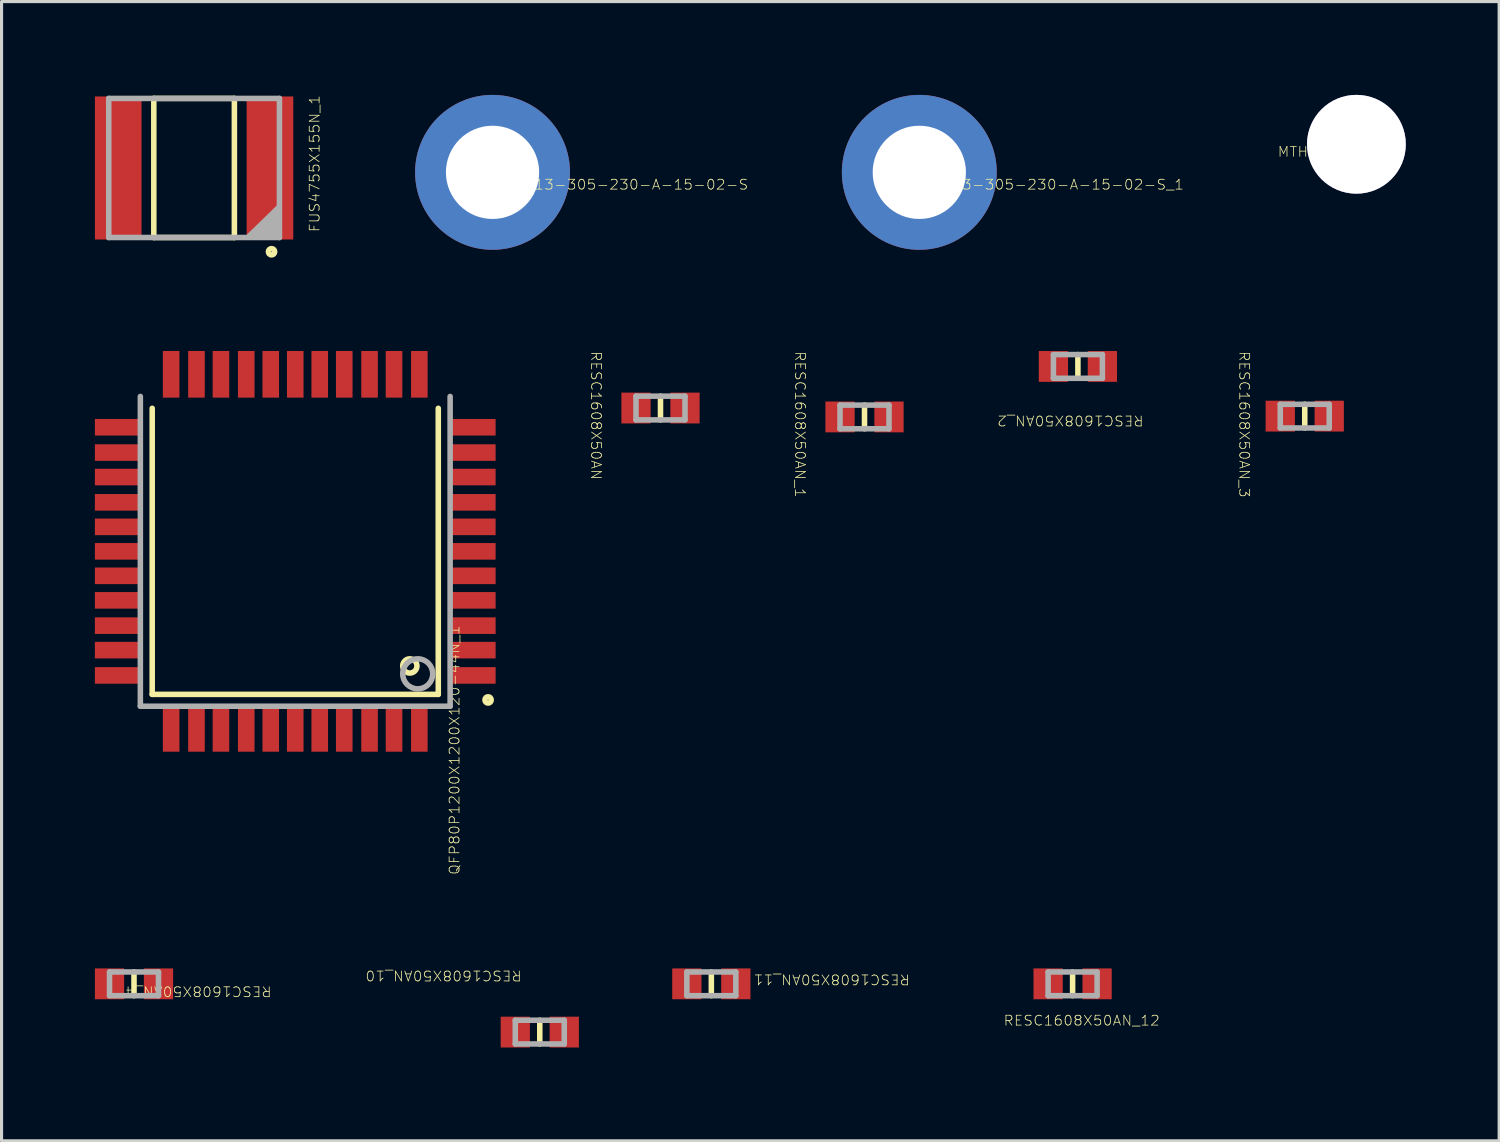
<source format=kicad_pcb>
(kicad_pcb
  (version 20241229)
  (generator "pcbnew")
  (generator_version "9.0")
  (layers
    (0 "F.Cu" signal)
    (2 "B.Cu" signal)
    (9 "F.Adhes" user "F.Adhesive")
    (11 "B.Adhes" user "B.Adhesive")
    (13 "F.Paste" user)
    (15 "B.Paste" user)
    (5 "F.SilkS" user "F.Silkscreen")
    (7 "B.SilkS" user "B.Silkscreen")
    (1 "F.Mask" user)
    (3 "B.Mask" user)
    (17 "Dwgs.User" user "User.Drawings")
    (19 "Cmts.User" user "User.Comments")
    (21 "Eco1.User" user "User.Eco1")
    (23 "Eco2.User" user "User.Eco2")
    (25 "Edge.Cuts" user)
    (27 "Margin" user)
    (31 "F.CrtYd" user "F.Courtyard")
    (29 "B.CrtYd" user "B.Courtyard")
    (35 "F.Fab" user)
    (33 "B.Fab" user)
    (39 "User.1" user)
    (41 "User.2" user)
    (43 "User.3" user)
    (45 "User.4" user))
  (footprint "GKS-913-305-230-A-15-02-S"
    (layer "F.Cu")
    (at 12.78 2.489)
    (property "Reference" "GKS-913-305-230-A-15-02-S" (at 3.924 0.394 0) (unlocked yes) (layer "F.SilkS") (effects (font (size 0.317 0.333) (thickness 0.025))))
    (attr smd)
    (fp_circle (center 0 0) (end 1.27 0) (stroke (width 0.178) (type solid)) (fill no) (layer "F.SilkS"))
    (pad "1" thru_hole circle (at 0 0) (size 4.978 4.978) (drill 2.997) (layers "*.Cu" "*.Mask")))
  (footprint "FUS4755X155N_1"
    (layer "F.Cu")
    (at 3.188 2.349)
    (property "Reference" "FUS4755X155N_1" (at 3.873 -0.14 90) (unlocked yes) (layer "F.SilkS") (effects (font (size 0.317 0.333) (thickness 0.025))))
    (attr smd)
    (fp_line (start -1.295 -2.235) (end -1.295 2.235) (stroke (width 0.178) (type solid)) (layer "F.SilkS"))
    (fp_line (start 1.295 -2.235) (end -1.295 -2.235) (stroke (width 0.178) (type solid)) (layer "F.SilkS"))
    (fp_line (start 1.295 -2.235) (end 1.295 2.235) (stroke (width 0.178) (type solid)) (layer "F.SilkS"))
    (fp_line (start 1.295 2.235) (end -1.295 2.235) (stroke (width 0.178) (type solid)) (layer "F.SilkS"))
    (fp_arc (start 2.3876 2.6924) (mid 2.5908 2.6924) (end 2.3876 2.6924) (stroke (width 0.1778) (type solid)) (layer "F.SilkS"))
    (fp_line (start -2.743 -2.235) (end -2.743 2.235) (stroke (width 0.178) (type solid)) (layer "F.Fab"))
    (fp_line (start 2.692 1.295) (end 1.778 2.184) (stroke (width 0.178) (type solid)) (layer "F.Fab"))
    (fp_line (start 2.692 1.397) (end 1.88 2.184) (stroke (width 0.178) (type solid)) (layer "F.Fab"))
    (fp_line (start 2.692 1.499) (end 1.981 2.184) (stroke (width 0.178) (type solid)) (layer "F.Fab"))
    (fp_line (start 2.692 1.575) (end 2.083 2.184) (stroke (width 0.178) (type solid)) (layer "F.Fab"))
    (fp_line (start 2.692 1.676) (end 2.184 2.184) (stroke (width 0.178) (type solid)) (layer "F.Fab"))
    (fp_line (start 2.692 1.778) (end 2.286 2.184) (stroke (width 0.178) (type solid)) (layer "F.Fab"))
    (fp_line (start 2.692 1.88) (end 2.388 2.184) (stroke (width 0.178) (type solid)) (layer "F.Fab"))
    (fp_line (start 2.692 1.981) (end 2.489 2.184) (stroke (width 0.178) (type solid)) (layer "F.Fab"))
    (fp_line (start 2.692 2.083) (end 2.591 2.184) (stroke (width 0.178) (type solid)) (layer "F.Fab"))
    (fp_line (start 2.743 -2.235) (end -2.743 -2.235) (stroke (width 0.178) (type solid)) (layer "F.Fab"))
    (fp_line (start 2.743 -2.235) (end 2.743 2.235) (stroke (width 0.178) (type solid)) (layer "F.Fab"))
    (fp_line (start 2.743 2.235) (end -2.743 2.235) (stroke (width 0.178) (type solid)) (layer "F.Fab"))
    (pad "1" smd rect (at 2.438 0 90) (size 4.597 1.499) (layers "F.Cu" "F.Mask" "F.Paste"))
    (pad "2" smd rect (at -2.438 0 90) (size 4.597 1.499) (layers "F.Cu" "F.Mask" "F.Paste")))
  (footprint "MTHOLE1_1"
    (layer "F.Cu")
    (at 40.544 1.587)
    (property "Reference" "MTHOLE1_1" (at -1.137 0.241 0) (unlocked yes) (layer "F.SilkS") (effects (font (size 0.317 0.333) (thickness 0.025))))
    (attr smd)
    (fp_circle (center 0 0) (end 1.27 0) (stroke (width 0.178) (type solid)) (fill no) (layer "F.SilkS"))
    (pad "1" thru_hole circle (at 0 0) (size 3.175 3.175) (drill 3.175) (layers "*.Cu" "*.Mask")))
  (footprint "RESC1608X50AN_10"
    (layer "F.Cu")
    (at 14.298 30.121)
    (property "Reference" "RESC1608X50AN_10" (at -3.092 -1.816 180) (unlocked yes) (layer "F.SilkS") (effects (font (size 0.317 0.333) (thickness 0.025))))
    (attr smd)
    (fp_line (start 0 -0.381) (end 0 0.381) (stroke (width 0.178) (type solid)) (layer "F.SilkS"))
    (fp_line (start -0.787 -0.381) (end -0.787 0.381) (stroke (width 0.178) (type solid)) (layer "F.Fab"))
    (fp_line (start 0.787 -0.381) (end -0.787 -0.381) (stroke (width 0.178) (type solid)) (layer "F.Fab"))
    (fp_line (start 0.787 -0.381) (end 0.787 0.381) (stroke (width 0.178) (type solid)) (layer "F.Fab"))
    (fp_line (start 0.787 0.381) (end -0.787 0.381) (stroke (width 0.178) (type solid)) (layer "F.Fab"))
    (pad "1" smd rect (at 0.787 0 90) (size 0.991 0.94) (layers "F.Cu" "F.Mask" "F.Paste"))
    (pad "2" smd rect (at -0.787 0 90) (size 0.991 0.94) (layers "F.Cu" "F.Mask" "F.Paste")))
  (footprint "RESC1608X50AN_1"
    (layer "F.Cu")
    (at 24.735 10.35)
    (property "Reference" "RESC1608X50AN_1" (at -2.07 0.241 270) (unlocked yes) (layer "F.SilkS") (effects (font (size 0.317 0.333) (thickness 0.025))))
    (attr smd)
    (fp_line (start 0 -0.381) (end 0 0.381) (stroke (width 0.178) (type solid)) (layer "F.SilkS"))
    (fp_line (start -0.787 -0.381) (end -0.787 0.381) (stroke (width 0.178) (type solid)) (layer "F.Fab"))
    (fp_line (start 0.787 -0.381) (end -0.787 -0.381) (stroke (width 0.178) (type solid)) (layer "F.Fab"))
    (fp_line (start 0.787 -0.381) (end 0.787 0.381) (stroke (width 0.178) (type solid)) (layer "F.Fab"))
    (fp_line (start 0.787 0.381) (end -0.787 0.381) (stroke (width 0.178) (type solid)) (layer "F.Fab"))
    (pad "1" smd rect (at 0.787 0 90) (size 0.991 0.94) (layers "F.Cu" "F.Mask" "F.Paste"))
    (pad "2" smd rect (at -0.787 0 90) (size 0.991 0.94) (layers "F.Cu" "F.Mask" "F.Paste")))
  (footprint "RESC1608X50AN_4"
    (layer "F.Cu")
    (at 1.257 28.57)
    (property "Reference" "RESC1608X50AN_4" (at 2.07 0.241 180) (unlocked yes) (layer "F.SilkS") (effects (font (size 0.317 0.333) (thickness 0.025))))
    (attr smd)
    (fp_line (start 0 -0.381) (end 0 0.381) (stroke (width 0.178) (type solid)) (layer "F.SilkS"))
    (fp_line (start -0.787 -0.381) (end -0.787 0.381) (stroke (width 0.178) (type solid)) (layer "F.Fab"))
    (fp_line (start 0.787 -0.381) (end -0.787 -0.381) (stroke (width 0.178) (type solid)) (layer "F.Fab"))
    (fp_line (start 0.787 -0.381) (end 0.787 0.381) (stroke (width 0.178) (type solid)) (layer "F.Fab"))
    (fp_line (start 0.787 0.381) (end -0.787 0.381) (stroke (width 0.178) (type solid)) (layer "F.Fab"))
    (pad "1" smd rect (at 0.787 0 90) (size 0.991 0.94) (layers "F.Cu" "F.Mask" "F.Paste"))
    (pad "2" smd rect (at -0.787 0 90) (size 0.991 0.94) (layers "F.Cu" "F.Mask" "F.Paste")))
  (footprint "RESC1608X50AN_2"
    (layer "F.Cu")
    (at 31.593 8.727)
    (property "Reference" "RESC1608X50AN_2" (at -0.241 1.74 180) (unlocked yes) (layer "F.SilkS") (effects (font (size 0.317 0.333) (thickness 0.025))))
    (attr smd)
    (fp_line (start 0 -0.381) (end 0 0.381) (stroke (width 0.178) (type solid)) (layer "F.SilkS"))
    (fp_line (start -0.787 -0.381) (end -0.787 0.381) (stroke (width 0.178) (type solid)) (layer "F.Fab"))
    (fp_line (start 0.787 -0.381) (end -0.787 -0.381) (stroke (width 0.178) (type solid)) (layer "F.Fab"))
    (fp_line (start 0.787 -0.381) (end 0.787 0.381) (stroke (width 0.178) (type solid)) (layer "F.Fab"))
    (fp_line (start 0.787 0.381) (end -0.787 0.381) (stroke (width 0.178) (type solid)) (layer "F.Fab"))
    (pad "1" smd rect (at 0.787 0 90) (size 0.991 0.94) (layers "F.Cu" "F.Mask" "F.Paste"))
    (pad "2" smd rect (at -0.787 0 90) (size 0.991 0.94) (layers "F.Cu" "F.Mask" "F.Paste")))
  (footprint "RESC1608X50AN_11"
    (layer "F.Cu")
    (at 19.812 28.57)
    (property "Reference" "RESC1608X50AN_11" (at 3.867 -0.14 180) (unlocked yes) (layer "F.SilkS") (effects (font (size 0.317 0.333) (thickness 0.025))))
    (attr smd)
    (fp_line (start 0 -0.381) (end 0 0.381) (stroke (width 0.178) (type solid)) (layer "F.SilkS"))
    (fp_line (start -0.787 -0.381) (end -0.787 0.381) (stroke (width 0.178) (type solid)) (layer "F.Fab"))
    (fp_line (start 0.787 -0.381) (end -0.787 -0.381) (stroke (width 0.178) (type solid)) (layer "F.Fab"))
    (fp_line (start 0.787 -0.381) (end 0.787 0.381) (stroke (width 0.178) (type solid)) (layer "F.Fab"))
    (fp_line (start 0.787 0.381) (end -0.787 0.381) (stroke (width 0.178) (type solid)) (layer "F.Fab"))
    (pad "1" smd rect (at 0.787 0 90) (size 0.991 0.94) (layers "F.Cu" "F.Mask" "F.Paste"))
    (pad "2" smd rect (at -0.787 0 90) (size 0.991 0.94) (layers "F.Cu" "F.Mask" "F.Paste")))
  (footprint "RESC1608X50AN_12"
    (layer "F.Cu")
    (at 31.423 28.57)
    (property "Reference" "RESC1608X50AN_12" (at 0.292 1.181 0) (unlocked yes) (layer "F.SilkS") (effects (font (size 0.317 0.333) (thickness 0.025))))
    (attr smd)
    (fp_line (start 0 -0.381) (end 0 0.381) (stroke (width 0.178) (type solid)) (layer "F.SilkS"))
    (fp_line (start -0.787 -0.381) (end -0.787 0.381) (stroke (width 0.178) (type solid)) (layer "F.Fab"))
    (fp_line (start 0.787 -0.381) (end -0.787 -0.381) (stroke (width 0.178) (type solid)) (layer "F.Fab"))
    (fp_line (start 0.787 -0.381) (end 0.787 0.381) (stroke (width 0.178) (type solid)) (layer "F.Fab"))
    (fp_line (start 0.787 0.381) (end -0.787 0.381) (stroke (width 0.178) (type solid)) (layer "F.Fab"))
    (pad "1" smd rect (at 0.787 0 90) (size 0.991 0.94) (layers "F.Cu" "F.Mask" "F.Paste"))
    (pad "2" smd rect (at -0.787 0 90) (size 0.991 0.94) (layers "F.Cu" "F.Mask" "F.Paste")))
  (footprint "RESC1608X50AN"
    (layer "F.Cu")
    (at 18.178 10.064)
    (property "Reference" "RESC1608X50AN" (at -2.07 0.241 270) (unlocked yes) (layer "F.SilkS") (effects (font (size 0.317 0.333) (thickness 0.025))))
    (attr smd)
    (fp_line (start 0 -0.381) (end 0 0.381) (stroke (width 0.178) (type solid)) (layer "F.SilkS"))
    (fp_line (start -0.787 -0.381) (end -0.787 0.381) (stroke (width 0.178) (type solid)) (layer "F.Fab"))
    (fp_line (start 0.787 -0.381) (end -0.787 -0.381) (stroke (width 0.178) (type solid)) (layer "F.Fab"))
    (fp_line (start 0.787 -0.381) (end 0.787 0.381) (stroke (width 0.178) (type solid)) (layer "F.Fab"))
    (fp_line (start 0.787 0.381) (end -0.787 0.381) (stroke (width 0.178) (type solid)) (layer "F.Fab"))
    (pad "1" smd rect (at 0.787 0 90) (size 0.991 0.94) (layers "F.Cu" "F.Mask" "F.Paste"))
    (pad "2" smd rect (at -0.787 0 90) (size 0.991 0.94) (layers "F.Cu" "F.Mask" "F.Paste")))
  (footprint "GKS-913-305-230-A-15-02-S_1"
    (layer "F.Cu")
    (at 26.496 2.489)
    (property "Reference" "GKS-913-305-230-A-15-02-S_1" (at 3.924 0.394 0) (unlocked yes) (layer "F.SilkS") (effects (font (size 0.317 0.333) (thickness 0.025))))
    (attr smd)
    (fp_circle (center 0 0) (end 1.27 0) (stroke (width 0.178) (type solid)) (fill no) (layer "F.SilkS"))
    (pad "1" thru_hole circle (at 0 0) (size 4.978 4.978) (drill 2.997) (layers "*.Cu" "*.Mask")))
  (footprint "RESC1608X50AN_3"
    (layer "F.Cu")
    (at 38.884 10.324)
    (property "Reference" "RESC1608X50AN_3" (at -1.943 0.267 270) (unlocked yes) (layer "F.SilkS") (effects (font (size 0.317 0.333) (thickness 0.025))))
    (attr smd)
    (fp_line (start 0 -0.381) (end 0 0.381) (stroke (width 0.178) (type solid)) (layer "F.SilkS"))
    (fp_line (start -0.787 -0.381) (end -0.787 0.381) (stroke (width 0.178) (type solid)) (layer "F.Fab"))
    (fp_line (start 0.787 -0.381) (end -0.787 -0.381) (stroke (width 0.178) (type solid)) (layer "F.Fab"))
    (fp_line (start 0.787 -0.381) (end 0.787 0.381) (stroke (width 0.178) (type solid)) (layer "F.Fab"))
    (fp_line (start 0.787 0.381) (end -0.787 0.381) (stroke (width 0.178) (type solid)) (layer "F.Fab"))
    (pad "1" smd rect (at 0.787 0 90) (size 0.991 0.94) (layers "F.Cu" "F.Mask" "F.Paste"))
    (pad "2" smd rect (at -0.787 0 90) (size 0.991 0.94) (layers "F.Cu" "F.Mask" "F.Paste")))
  (footprint "QFP80P1200X1200X120-44N_1"
    (layer "F.Cu")
    (at 6.439 14.67)
    (property "Reference" "QFP80P1200X1200X120-44N_1" (at 5.118 6.388 90) (unlocked yes) (layer "F.SilkS") (effects (font (size 0.317 0.333) (thickness 0.025))))
    (attr smd)
    (fp_line (start -4.597 -4.597) (end -4.597 4.597) (stroke (width 0.178) (type solid)) (layer "F.SilkS"))
    (fp_line (start 4.597 -4.597) (end 4.597 4.597) (stroke (width 0.178) (type solid)) (layer "F.SilkS"))
    (fp_line (start 4.597 4.597) (end -4.597 4.597) (stroke (width 0.178) (type solid)) (layer "F.SilkS"))
    (fp_arc (start 3.4544 3.683) (mid 3.9116 3.683) (end 3.4544 3.683) (stroke (width 0.1778) (type solid)) (layer "F.SilkS"))
    (fp_arc (start 6.096 4.7752) (mid 6.2992 4.7752) (end 6.096 4.7752) (stroke (width 0.1778) (type solid)) (layer "F.SilkS"))
    (fp_line (start -4.978 -4.978) (end -4.978 4.978) (stroke (width 0.178) (type solid)) (layer "F.Fab"))
    (fp_line (start 4.978 -4.978) (end 4.978 4.978) (stroke (width 0.178) (type solid)) (layer "F.Fab"))
    (fp_line (start 4.978 4.978) (end -4.978 4.978) (stroke (width 0.178) (type solid)) (layer "F.Fab"))
    (fp_arc (start 3.4544 3.937) (mid 4.4196 3.937) (end 3.4544 3.937) (stroke (width 0.1778) (type solid)) (layer "F.Fab"))
    (pad "1" smd rect (at 5.69 3.988) (size 1.499 0.533) (layers "F.Cu" "F.Mask" "F.Paste"))
    (pad "2" smd rect (at 5.69 3.175) (size 1.499 0.533) (layers "F.Cu" "F.Mask" "F.Paste"))
    (pad "3" smd rect (at 5.69 2.388) (size 1.499 0.533) (layers "F.Cu" "F.Mask" "F.Paste"))
    (pad "4" smd rect (at 5.69 1.575) (size 1.499 0.533) (layers "F.Cu" "F.Mask" "F.Paste"))
    (pad "5" smd rect (at 5.69 0.787) (size 1.499 0.533) (layers "F.Cu" "F.Mask" "F.Paste"))
    (pad "6" smd rect (at 5.69 0) (size 1.499 0.533) (layers "F.Cu" "F.Mask" "F.Paste"))
    (pad "7" smd rect (at 5.69 -0.787) (size 1.499 0.533) (layers "F.Cu" "F.Mask" "F.Paste"))
    (pad "8" smd rect (at 5.69 -1.575) (size 1.499 0.533) (layers "F.Cu" "F.Mask" "F.Paste"))
    (pad "9" smd rect (at 5.69 -2.388) (size 1.499 0.533) (layers "F.Cu" "F.Mask" "F.Paste"))
    (pad "10" smd rect (at 5.69 -3.175) (size 1.499 0.533) (layers "F.Cu" "F.Mask" "F.Paste"))
    (pad "11" smd rect (at 5.69 -3.988) (size 1.499 0.533) (layers "F.Cu" "F.Mask" "F.Paste"))
    (pad "12" smd rect (at 3.988 -5.69 90) (size 1.499 0.533) (layers "F.Cu" "F.Mask" "F.Paste"))
    (pad "13" smd rect (at 3.175 -5.69 90) (size 1.499 0.533) (layers "F.Cu" "F.Mask" "F.Paste"))
    (pad "14" smd rect (at 2.388 -5.69 90) (size 1.499 0.533) (layers "F.Cu" "F.Mask" "F.Paste"))
    (pad "15" smd rect (at 1.575 -5.69 90) (size 1.499 0.533) (layers "F.Cu" "F.Mask" "F.Paste"))
    (pad "16" smd rect (at 0.787 -5.69 90) (size 1.499 0.533) (layers "F.Cu" "F.Mask" "F.Paste"))
    (pad "17" smd rect (at 0 -5.69 90) (size 1.499 0.533) (layers "F.Cu" "F.Mask" "F.Paste"))
    (pad "18" smd rect (at -0.787 -5.69 90) (size 1.499 0.533) (layers "F.Cu" "F.Mask" "F.Paste"))
    (pad "19" smd rect (at -1.575 -5.69 90) (size 1.499 0.533) (layers "F.Cu" "F.Mask" "F.Paste"))
    (pad "20" smd rect (at -2.388 -5.69 90) (size 1.499 0.533) (layers "F.Cu" "F.Mask" "F.Paste"))
    (pad "21" smd rect (at -3.175 -5.69 90) (size 1.499 0.533) (layers "F.Cu" "F.Mask" "F.Paste"))
    (pad "22" smd rect (at -3.988 -5.69 90) (size 1.499 0.533) (layers "F.Cu" "F.Mask" "F.Paste"))
    (pad "23" smd rect (at -5.69 -3.988) (size 1.499 0.533) (layers "F.Cu" "F.Mask" "F.Paste"))
    (pad "24" smd rect (at -5.69 -3.175) (size 1.499 0.533) (layers "F.Cu" "F.Mask" "F.Paste"))
    (pad "25" smd rect (at -5.69 -2.388) (size 1.499 0.533) (layers "F.Cu" "F.Mask" "F.Paste"))
    (pad "26" smd rect (at -5.69 -1.575) (size 1.499 0.533) (layers "F.Cu" "F.Mask" "F.Paste"))
    (pad "27" smd rect (at -5.69 -0.787) (size 1.499 0.533) (layers "F.Cu" "F.Mask" "F.Paste"))
    (pad "28" smd rect (at -5.69 0) (size 1.499 0.533) (layers "F.Cu" "F.Mask" "F.Paste"))
    (pad "29" smd rect (at -5.69 0.787) (size 1.499 0.533) (layers "F.Cu" "F.Mask" "F.Paste"))
    (pad "30" smd rect (at -5.69 1.575) (size 1.499 0.533) (layers "F.Cu" "F.Mask" "F.Paste"))
    (pad "31" smd rect (at -5.69 2.388) (size 1.499 0.533) (layers "F.Cu" "F.Mask" "F.Paste"))
    (pad "32" smd rect (at -5.69 3.175) (size 1.499 0.533) (layers "F.Cu" "F.Mask" "F.Paste"))
    (pad "33" smd rect (at -5.69 3.988) (size 1.499 0.533) (layers "F.Cu" "F.Mask" "F.Paste"))
    (pad "34" smd rect (at -3.988 5.69 90) (size 1.499 0.533) (layers "F.Cu" "F.Mask" "F.Paste"))
    (pad "35" smd rect (at -3.175 5.69 90) (size 1.499 0.533) (layers "F.Cu" "F.Mask" "F.Paste"))
    (pad "36" smd rect (at -2.388 5.69 90) (size 1.499 0.533) (layers "F.Cu" "F.Mask" "F.Paste"))
    (pad "37" smd rect (at -1.575 5.69 90) (size 1.499 0.533) (layers "F.Cu" "F.Mask" "F.Paste"))
    (pad "38" smd rect (at -0.787 5.69 90) (size 1.499 0.533) (layers "F.Cu" "F.Mask" "F.Paste"))
    (pad "39" smd rect (at 0 5.69 90) (size 1.499 0.533) (layers "F.Cu" "F.Mask" "F.Paste"))
    (pad "40" smd rect (at 0.787 5.69 90) (size 1.499 0.533) (layers "F.Cu" "F.Mask" "F.Paste"))
    (pad "41" smd rect (at 1.575 5.69 90) (size 1.499 0.533) (layers "F.Cu" "F.Mask" "F.Paste"))
    (pad "42" smd rect (at 2.388 5.69 90) (size 1.499 0.533) (layers "F.Cu" "F.Mask" "F.Paste"))
    (pad "43" smd rect (at 3.175 5.69 90) (size 1.499 0.533) (layers "F.Cu" "F.Mask" "F.Paste"))
    (pad "44" smd rect (at 3.988 5.69 90) (size 1.499 0.533) (layers "F.Cu" "F.Mask" "F.Paste")))
  (gr_rect
    (start -3 -3)
    (end 45.132 33.616)
    (stroke (width 0.1) (type default))
    (fill no)
    (layer "Edge.Cuts")))
</source>
